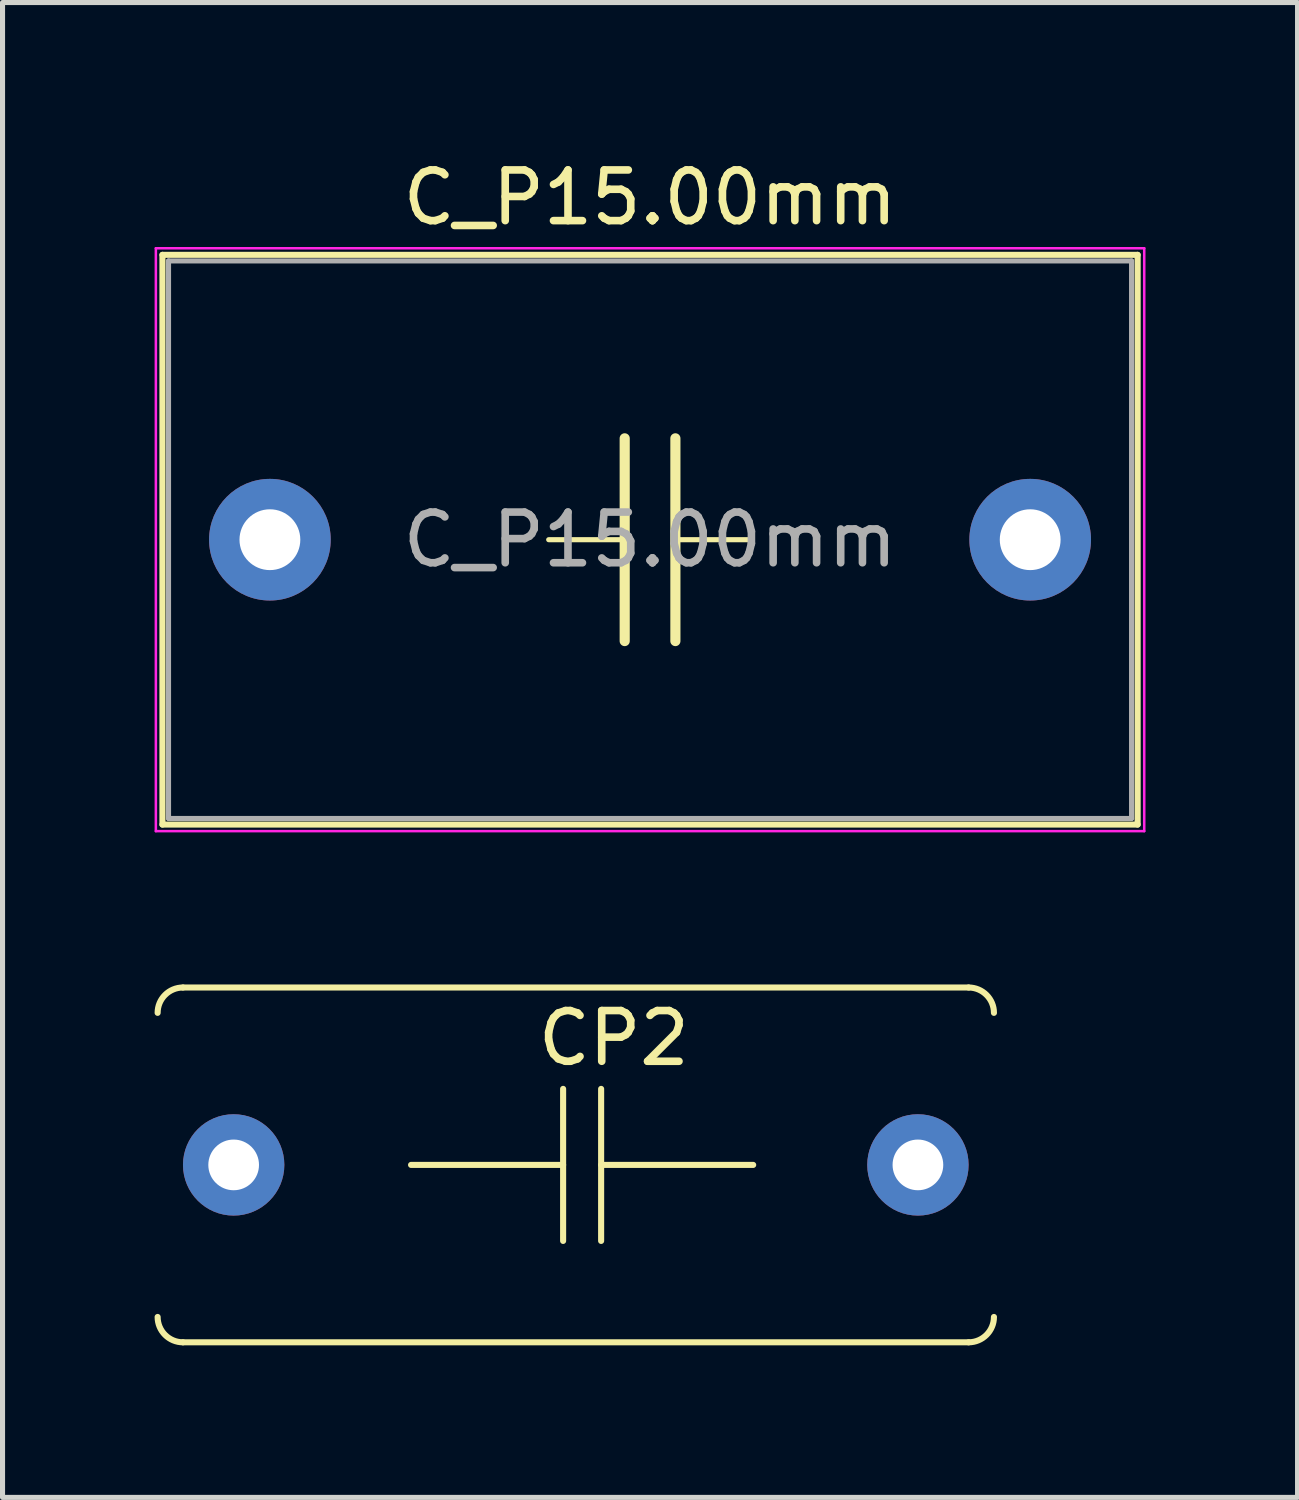
<source format=kicad_pcb>
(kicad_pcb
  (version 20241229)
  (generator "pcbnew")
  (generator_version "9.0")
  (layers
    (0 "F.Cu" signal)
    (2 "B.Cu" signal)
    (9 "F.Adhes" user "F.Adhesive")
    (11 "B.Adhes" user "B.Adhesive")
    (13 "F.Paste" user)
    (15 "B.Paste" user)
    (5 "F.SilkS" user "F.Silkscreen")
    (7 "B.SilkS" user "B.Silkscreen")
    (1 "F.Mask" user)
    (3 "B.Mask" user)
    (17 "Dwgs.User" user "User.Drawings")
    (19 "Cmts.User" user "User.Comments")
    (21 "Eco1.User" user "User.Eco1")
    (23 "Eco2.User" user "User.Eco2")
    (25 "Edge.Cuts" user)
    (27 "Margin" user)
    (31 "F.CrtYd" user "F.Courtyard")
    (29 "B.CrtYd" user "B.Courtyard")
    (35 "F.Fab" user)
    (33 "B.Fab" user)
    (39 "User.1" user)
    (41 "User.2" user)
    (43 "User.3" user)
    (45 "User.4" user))
  (footprint "C_P15.00mm"
    (layer "F.Cu")
    (at 2.275 7.598)
    (property "Reference" "C_P15.00mm" (at 7.5 -6.75 0) (layer "F.SilkS") (effects (font (size 1 1) (thickness 0.15))))
    (attr through_hole)
    (fp_line (start -2.12 -5.62) (end -2.12 5.62) (stroke (width 0.12) (type solid)) (layer "F.SilkS"))
    (fp_line (start -2.12 -5.62) (end 17.12 -5.62) (stroke (width 0.12) (type solid)) (layer "F.SilkS"))
    (fp_line (start -2.12 5.62) (end 17.12 5.62) (stroke (width 0.12) (type solid)) (layer "F.SilkS"))
    (fp_line (start 5.5 0) (end 7 0) (stroke (width 0.1) (type default)) (layer "F.SilkS"))
    (fp_line (start 7 2) (end 7 -2) (stroke (width 0.2) (type default)) (layer "F.SilkS"))
    (fp_line (start 8 0) (end 9.5 0) (stroke (width 0.1) (type default)) (layer "F.SilkS"))
    (fp_line (start 8 2) (end 8 -2) (stroke (width 0.2) (type default)) (layer "F.SilkS"))
    (fp_line (start 17.12 -5.62) (end 17.12 5.62) (stroke (width 0.12) (type solid)) (layer "F.SilkS"))
    (fp_line (start -2.25 -5.75) (end -2.25 5.75) (stroke (width 0.05) (type solid)) (layer "F.CrtYd"))
    (fp_line (start -2.25 5.75) (end 17.25 5.75) (stroke (width 0.05) (type solid)) (layer "F.CrtYd"))
    (fp_line (start 17.25 -5.75) (end -2.25 -5.75) (stroke (width 0.05) (type solid)) (layer "F.CrtYd"))
    (fp_line (start 17.25 5.75) (end 17.25 -5.75) (stroke (width 0.05) (type solid)) (layer "F.CrtYd"))
    (fp_line (start -2 -5.5) (end -2 5.5) (stroke (width 0.1) (type solid)) (layer "F.Fab"))
    (fp_line (start -2 5.5) (end 17 5.5) (stroke (width 0.1) (type solid)) (layer "F.Fab"))
    (fp_line (start 17 -5.5) (end -2 -5.5) (stroke (width 0.1) (type solid)) (layer "F.Fab"))
    (fp_line (start 17 5.5) (end 17 -5.5) (stroke (width 0.1) (type solid)) (layer "F.Fab"))
    (fp_text user "${REFERENCE}" (at 7.5 0 0) (layer "F.Fab") (effects (font (size 1 1) (thickness 0.15))))
    (pad "1" thru_hole circle (at 0 0) (size 2.4 2.4) (drill 1.2) (layers "*.Cu" "*.Mask"))
    (pad "2" thru_hole circle (at 15 0) (size 2.4 2.4) (drill 1.2) (layers "*.Cu" "*.Mask")))
  (footprint "CP2"
    (layer "F.Cu")
    (at 1.56 19.933)
    (property "Reference" "CP2" (at 7.5 -2.5 0) (layer "F.SilkS") (effects (font (size 1 1) (thickness 0.15))))
    (attr through_hole)
    (fp_line (start -1 -3.5) (end 14.5 -3.5) (stroke (width 0.12) (type default)) (layer "F.SilkS"))
    (fp_line (start 3.5 0) (end 6.5 0) (stroke (width 0.12) (type default)) (layer "F.SilkS"))
    (fp_line (start 6.5 -1.5) (end 6.5 1.5) (stroke (width 0.12) (type default)) (layer "F.SilkS"))
    (fp_line (start 7.25 -1.5) (end 7.25 1.5) (stroke (width 0.12) (type default)) (layer "F.SilkS"))
    (fp_line (start 7.25 0) (end 10.25 0) (stroke (width 0.12) (type default)) (layer "F.SilkS"))
    (fp_line (start 14.5 3.5) (end -1 3.5) (stroke (width 0.12) (type default)) (layer "F.SilkS"))
    (fp_arc (start -1.5 -3) (mid -1.353554 -3.353554) (end -1 -3.5) (stroke (width 0.12) (type default)) (layer "F.SilkS"))
    (fp_arc (start -1 3.5) (mid -1.353554 3.353554) (end -1.5 3) (stroke (width 0.12) (type default)) (layer "F.SilkS"))
    (fp_arc (start 14.5 -3.5) (mid 14.853553 -3.353553) (end 15 -3) (stroke (width 0.12) (type default)) (layer "F.SilkS"))
    (fp_arc (start 15 3) (mid 14.853553 3.353553) (end 14.5 3.5) (stroke (width 0.12) (type default)) (layer "F.SilkS"))
    (pad "1" thru_hole circle (at 0 0) (size 2 2) (drill 1) (layers "*.Cu" "*.Mask"))
    (pad "2" thru_hole circle (at 13.5 0) (size 2 2) (drill 1) (layers "*.Cu" "*.Mask")))
  (gr_rect
    (start -3 -3)
    (end 22.55 26.493)
    (stroke (width 0.1) (type default))
    (fill no)
    (layer "Edge.Cuts")))
</source>
